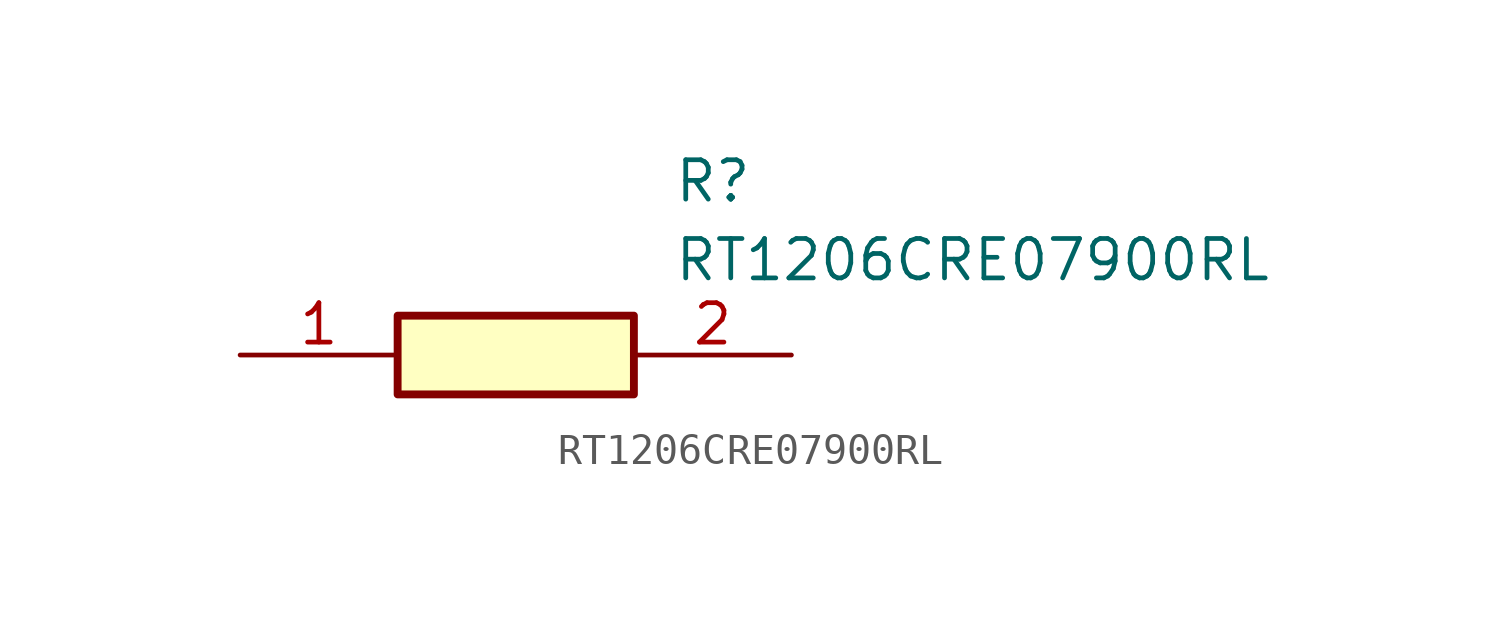
<source format=kicad_sym>
(kicad_symbol_lib
  (version 20211014)
  (generator SamacSys_ECAD_Model)
  (symbol "RT1206CRE07900RL"
    (pin_names hide)
    (property "Reference" "R"
      (at 13.97 6.35 0)
      (effects (font (size 1.27 1.27)) (justify left top)))
    (property "Value" "RT1206CRE07900RL"
      (at 13.97 3.81 0)
      (effects (font (size 1.27 1.27)) (justify left top)))
    (rectangle
      (start 5.08 1.27)
      (end 12.7 -1.27)
      (stroke (width 0.254) (type default))
      (fill (type background)))
    (pin passive line
      (at 0 0 0)
      (length 5.08)
      (name "1" (effects (font (size 1.27 1.27))))
      (number "1" (effects (font (size 1.27 1.27)))))
    (pin passive line
      (at 17.78 0 180)
      (length 5.08)
      (name "2" (effects (font (size 1.27 1.27))))
      (number "2" (effects (font (size 1.27 1.27)))))))
</source>
